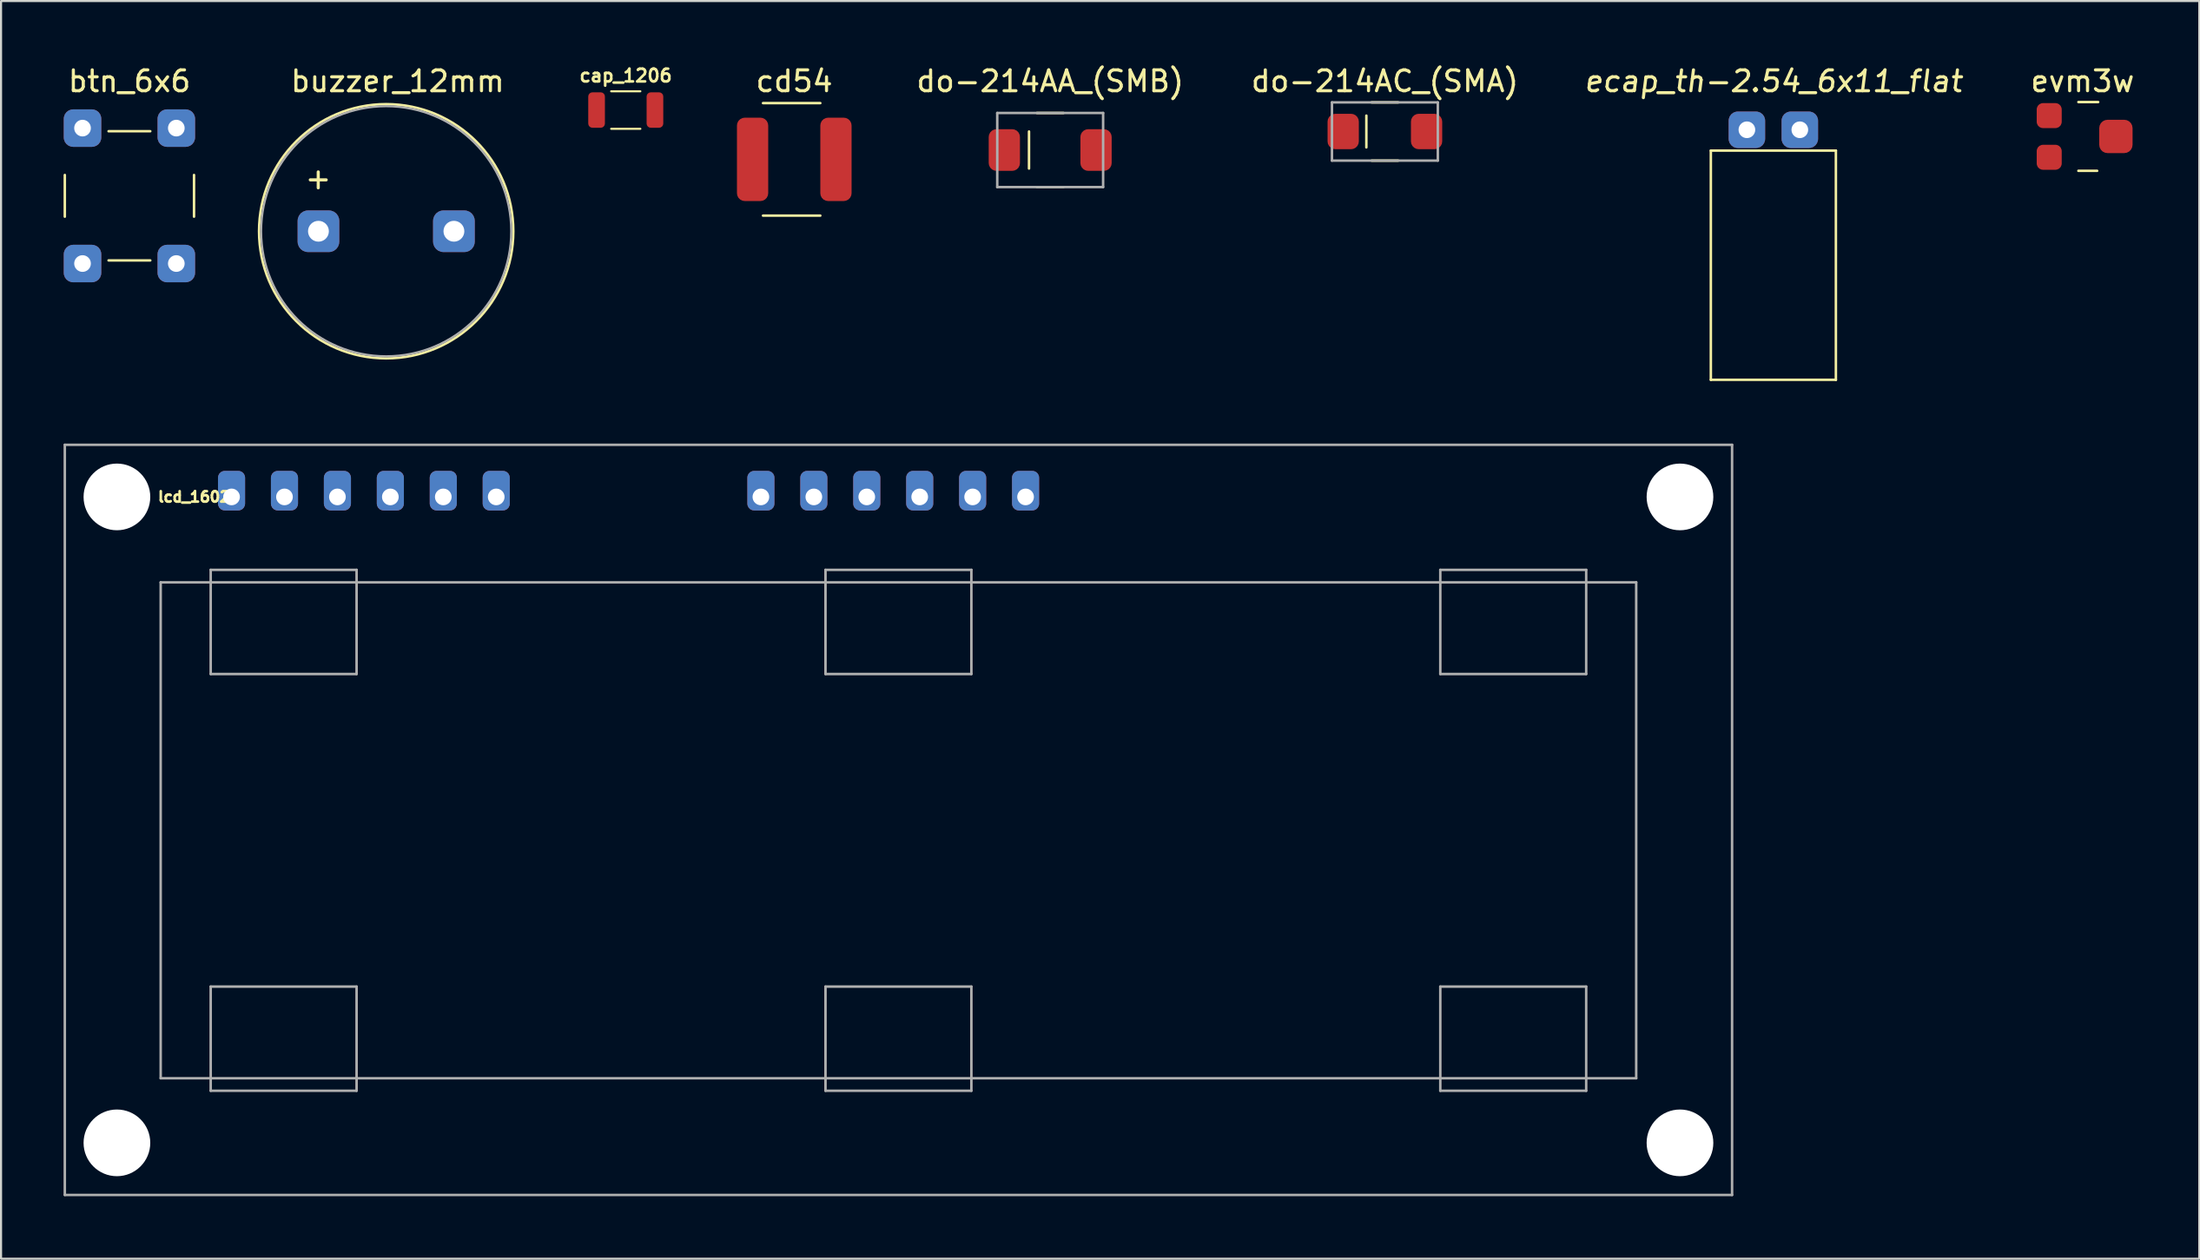
<source format=kicad_pcb>
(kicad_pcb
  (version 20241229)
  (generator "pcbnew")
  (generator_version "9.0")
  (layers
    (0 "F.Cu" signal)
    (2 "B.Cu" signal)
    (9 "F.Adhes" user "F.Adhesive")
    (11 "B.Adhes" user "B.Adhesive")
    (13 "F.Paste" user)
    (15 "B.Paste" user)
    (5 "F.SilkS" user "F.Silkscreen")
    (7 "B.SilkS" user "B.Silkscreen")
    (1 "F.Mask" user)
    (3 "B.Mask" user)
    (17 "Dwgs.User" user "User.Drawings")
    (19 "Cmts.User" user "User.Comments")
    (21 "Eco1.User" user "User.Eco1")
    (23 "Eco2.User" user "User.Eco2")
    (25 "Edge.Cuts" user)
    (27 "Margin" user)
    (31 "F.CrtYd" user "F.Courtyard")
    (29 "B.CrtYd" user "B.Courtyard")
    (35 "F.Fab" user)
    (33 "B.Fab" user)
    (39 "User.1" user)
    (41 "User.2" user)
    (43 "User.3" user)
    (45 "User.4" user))
  (footprint "cap_1206"
    (layer "F.Cu")
    (at 26.976 2.231)
    (property "Reference" "cap_1206" (at 0 -1.651 0) (layer "F.SilkS") (effects (font (size 0.61 0.61) (thickness 0.127))))
    (attr smd)
    (fp_line (start -0.7 -0.9) (end 0.7 -0.9) (stroke (width 0.1) (type solid)) (layer "F.SilkS"))
    (fp_line (start -0.7 0.9) (end 0.7 0.9) (stroke (width 0.1) (type solid)) (layer "F.SilkS"))
    (pad "1" smd roundrect (at -1.4 0) (size 0.8 1.7) (layers "F.Cu" "F.Mask" "F.Paste") (roundrect_rratio 0.25))
    (pad "2" smd roundrect (at 1.4 0) (size 0.8 1.7) (layers "F.Cu" "F.Mask" "F.Paste") (roundrect_rratio 0.25)))
  (footprint "btn_6x6"
    (layer "F.Cu")
    (at 3.16 6.348)
    (property "Reference" "btn_6x6" (at 0 -5.5 0) (layer "F.SilkS") (effects (font (size 1 1) (thickness 0.15))))
    (attr through_hole)
    (fp_line (start -3.1 -1) (end -3.1 1) (stroke (width 0.12) (type solid)) (layer "F.SilkS"))
    (fp_line (start -1 -3.1) (end 1 -3.1) (stroke (width 0.12) (type solid)) (layer "F.SilkS"))
    (fp_line (start -1 3.1) (end 1 3.1) (stroke (width 0.12) (type solid)) (layer "F.SilkS"))
    (fp_line (start 3.1 -1) (end 3.1 1) (stroke (width 0.12) (type solid)) (layer "F.SilkS"))
    (pad "1" thru_hole roundrect (at -2.25 -3.25) (size 1.8 1.8) (drill 0.8) (layers "*.Cu" "*.Mask") (roundrect_rratio 0.25))
    (pad "1" thru_hole roundrect (at -2.25 3.25) (size 1.8 1.8) (drill 0.8) (layers "*.Cu" "*.Mask") (roundrect_rratio 0.25))
    (pad "2" thru_hole roundrect (at 2.25 -3.25) (size 1.8 1.8) (drill 0.8) (layers "*.Cu" "*.Mask") (roundrect_rratio 0.25))
    (pad "2" thru_hole roundrect (at 2.25 3.25) (size 1.8 1.8) (drill 0.8) (layers "*.Cu" "*.Mask") (roundrect_rratio 0.25)))
  (footprint "buzzer_12mm"
    (layer "F.Cu")
    (at 12.23 8.048)
    (property "Reference" "buzzer_12mm" (at 3.8 -7.2 0) (layer "F.SilkS") (effects (font (size 1 1) (thickness 0.15))))
    (attr through_hole)
    (fp_circle (center 3.25 0) (end 9.35 0) (stroke (width 0.12) (type solid)) (fill no) (layer "F.SilkS"))
    (fp_circle (center 3.25 0) (end 9.25 0) (stroke (width 0.1) (type solid)) (fill no) (layer "F.Fab"))
    (fp_text user "+" (at -0.01 -2.54 0) (layer "F.SilkS") (effects (font (size 1 1) (thickness 0.15))))
    (pad "1" thru_hole roundrect (at 0 0) (size 2 2) (drill 1) (layers "*.Cu" "*.Mask") (roundrect_rratio 0.25))
    (pad "2" thru_hole roundrect (at 6.5 0) (size 2 2) (drill 1) (layers "*.Cu" "*.Mask") (roundrect_rratio 0.25)))
  (footprint "evm3w"
    (layer "F.Cu")
    (at 96.877 3.498)
    (property "Reference" "evm3w" (at 0 -2.65 0) (layer "F.SilkS") (effects (font (size 1 1) (thickness 0.15))))
    (attr through_hole)
    (fp_line (start 0.7 1.65) (end -0.2 1.65) (stroke (width 0.12) (type solid)) (layer "F.SilkS"))
    (fp_line (start 0.75 -1.65) (end -0.2 -1.65) (stroke (width 0.12) (type solid)) (layer "F.SilkS"))
    (pad "1" smd roundrect (at -1.6 -1 270) (size 1.2 1.2) (layers "F.Cu" "F.Mask" "F.Paste") (roundrect_rratio 0.25))
    (pad "2" smd roundrect (at 1.6 0 270) (size 1.6 1.6) (layers "F.Cu" "F.Mask" "F.Paste") (roundrect_rratio 0.25))
    (pad "3" smd roundrect (at -1.6 1 270) (size 1.2 1.2) (layers "F.Cu" "F.Mask" "F.Paste") (roundrect_rratio 0.25)))
  (footprint "cd54"
    (layer "F.Cu")
    (at 35.061 4.598)
    (property "Reference" "cd54" (at 0 -3.75 0) (layer "F.SilkS") (effects (font (size 1 1) (thickness 0.15))))
    (attr smd)
    (fp_line (start -1.5 -2.7) (end 1.25 -2.7) (stroke (width 0.12) (type solid)) (layer "F.SilkS"))
    (fp_line (start -1.5 2.7) (end 1.25 2.7) (stroke (width 0.12) (type solid)) (layer "F.SilkS"))
    (pad "1" smd roundrect (at -2 0) (size 1.5 4) (layers "F.Cu" "F.Mask" "F.Paste") (roundrect_rratio 0.25))
    (pad "2" smd roundrect (at 2 0) (size 1.5 4) (layers "F.Cu" "F.Mask" "F.Paste") (roundrect_rratio 0.25)))
  (footprint "ecap_th-2.54_6x11_flat"
    (layer "F.Cu")
    (at 80.741 3.178)
    (property "Reference" "ecap_th-2.54_6x11_flat" (at 1.3 -2.33 0) (layer "F.SilkS") (effects (font (size 1 1) (thickness 0.15) (italic yes))))
    (attr through_hole)
    (fp_line (start -1.7 1) (end 4.3 1) (stroke (width 0.12) (type solid)) (layer "F.SilkS"))
    (fp_line (start -1.7 12) (end -1.7 1) (stroke (width 0.12) (type solid)) (layer "F.SilkS"))
    (fp_line (start 4.3 1) (end 4.3 12) (stroke (width 0.12) (type solid)) (layer "F.SilkS"))
    (fp_line (start 4.3 12) (end -1.7 12) (stroke (width 0.12) (type solid)) (layer "F.SilkS"))
    (pad "1" thru_hole roundrect (at 0.03 0) (size 1.75 1.75) (drill 0.8) (layers "*.Cu" "*.Mask") (roundrect_rratio 0.25))
    (pad "2" thru_hole roundrect (at 2.57 0) (size 1.75 1.75) (drill 0.8) (layers "*.Cu" "*.Mask") (roundrect_rratio 0.25)))
  (footprint "do-214AC_(SMA)"
    (layer "F.Cu")
    (at 63.401 3.261)
    (property "Reference" "do-214AC_(SMA)" (at 0 -2.413 0) (layer "F.SilkS") (effects (font (size 1 1) (thickness 0.15))))
    (attr smd)
    (fp_line (start -0.889 -0.762) (end -0.889 0.762) (stroke (width 0.12) (type solid)) (layer "F.SilkS"))
    (fp_line (start -0.635 -1.397) (end 0.635 -1.397) (stroke (width 0.12) (type solid)) (layer "F.SilkS"))
    (fp_line (start -0.635 1.397) (end 0.635 1.397) (stroke (width 0.12) (type solid)) (layer "F.SilkS"))
    (fp_line (start -2.54 -1.397) (end 2.54 -1.397) (stroke (width 0.12) (type solid)) (layer "F.Fab"))
    (fp_line (start -2.54 1.397) (end -2.54 -1.397) (stroke (width 0.12) (type solid)) (layer "F.Fab"))
    (fp_line (start 2.54 -1.397) (end 2.54 1.397) (stroke (width 0.12) (type solid)) (layer "F.Fab"))
    (fp_line (start 2.54 1.397) (end -2.54 1.397) (stroke (width 0.12) (type solid)) (layer "F.Fab"))
    (pad "1" smd roundrect (at -2 0) (size 1.5 1.7) (layers "F.Cu" "F.Mask" "F.Paste") (roundrect_rratio 0.25))
    (pad "2" smd roundrect (at 2 0) (size 1.5 1.7) (layers "F.Cu" "F.Mask" "F.Paste") (roundrect_rratio 0.25)))
  (footprint "do-214AA_(SMB)"
    (layer "F.Cu")
    (at 47.341 4.15)
    (property "Reference" "do-214AA_(SMB)" (at 0 -3.302 0) (layer "F.SilkS") (effects (font (size 1 1) (thickness 0.15))))
    (attr smd)
    (fp_line (start -1.016 -0.889) (end -1.016 0.889) (stroke (width 0.12) (type solid)) (layer "F.SilkS"))
    (fp_line (start -0.635 -1.778) (end 0.635 -1.778) (stroke (width 0.12) (type solid)) (layer "F.SilkS"))
    (fp_line (start -0.635 1.778) (end 0.635 1.778) (stroke (width 0.12) (type solid)) (layer "F.SilkS"))
    (fp_line (start -2.54 -1.778) (end 2.54 -1.778) (stroke (width 0.12) (type solid)) (layer "F.Fab"))
    (fp_line (start -2.54 1.778) (end -2.54 -1.778) (stroke (width 0.12) (type solid)) (layer "F.Fab"))
    (fp_line (start 2.54 -1.778) (end 2.54 1.778) (stroke (width 0.12) (type solid)) (layer "F.Fab"))
    (fp_line (start 2.54 1.778) (end -2.54 1.778) (stroke (width 0.12) (type solid)) (layer "F.Fab"))
    (pad "1" smd roundrect (at -2.2 0) (size 1.5 2) (layers "F.Cu" "F.Mask" "F.Paste") (roundrect_rratio 0.25))
    (pad "2" smd roundrect (at 2.2 0) (size 1.5 2) (layers "F.Cu" "F.Mask" "F.Paste") (roundrect_rratio 0.25)))
  (footprint "lcd_1602"
    (layer "F.Cu")
    (at 8.06 20.798)
    (property "Reference" "lcd_1602" (at -1.8 0 0) (layer "F.SilkS") (effects (font (size 0.5 0.5) (thickness 0.125))))
    (property "Value" "${VALUE}" (at -1.8 0 0) (layer "F.SilkS") (hide yes) (effects (font (size 0.5 0.5) (thickness 0.125))))
    (attr through_hole)
    (fp_line (start -8 -2.5) (end 72 -2.5) (stroke (width 0.12) (type solid)) (layer "F.Fab"))
    (fp_line (start -8 33.5) (end -8 -2.5) (stroke (width 0.12) (type solid)) (layer "F.Fab"))
    (fp_line (start -3.4 4.1) (end 67.4 4.1) (stroke (width 0.12) (type solid)) (layer "F.Fab"))
    (fp_line (start -3.4 27.9) (end -3.4 4.1) (stroke (width 0.12) (type solid)) (layer "F.Fab"))
    (fp_line (start -1 3.5) (end 6 3.5) (stroke (width 0.12) (type solid)) (layer "F.Fab"))
    (fp_line (start -1 8.5) (end -1 3.5) (stroke (width 0.12) (type solid)) (layer "F.Fab"))
    (fp_line (start -1 23.5) (end 6 23.5) (stroke (width 0.12) (type solid)) (layer "F.Fab"))
    (fp_line (start -1 28.5) (end -1 23.5) (stroke (width 0.12) (type solid)) (layer "F.Fab"))
    (fp_line (start 6 3.5) (end 6 8.5) (stroke (width 0.12) (type solid)) (layer "F.Fab"))
    (fp_line (start 6 8.5) (end -1 8.5) (stroke (width 0.12) (type solid)) (layer "F.Fab"))
    (fp_line (start 6 23.5) (end 6 28.5) (stroke (width 0.12) (type solid)) (layer "F.Fab"))
    (fp_line (start 6 28.5) (end -1 28.5) (stroke (width 0.12) (type solid)) (layer "F.Fab"))
    (fp_line (start 28.5 3.5) (end 35.5 3.5) (stroke (width 0.12) (type solid)) (layer "F.Fab"))
    (fp_line (start 28.5 8.5) (end 28.5 3.5) (stroke (width 0.12) (type solid)) (layer "F.Fab"))
    (fp_line (start 28.5 23.5) (end 35.5 23.5) (stroke (width 0.12) (type solid)) (layer "F.Fab"))
    (fp_line (start 28.5 28.5) (end 28.5 23.5) (stroke (width 0.12) (type solid)) (layer "F.Fab"))
    (fp_line (start 35.5 3.5) (end 35.5 8.5) (stroke (width 0.12) (type solid)) (layer "F.Fab"))
    (fp_line (start 35.5 8.5) (end 28.5 8.5) (stroke (width 0.12) (type solid)) (layer "F.Fab"))
    (fp_line (start 35.5 23.5) (end 35.5 28.5) (stroke (width 0.12) (type solid)) (layer "F.Fab"))
    (fp_line (start 35.5 28.5) (end 28.5 28.5) (stroke (width 0.12) (type solid)) (layer "F.Fab"))
    (fp_line (start 58 3.5) (end 65 3.5) (stroke (width 0.12) (type solid)) (layer "F.Fab"))
    (fp_line (start 58 8.5) (end 58 3.5) (stroke (width 0.12) (type solid)) (layer "F.Fab"))
    (fp_line (start 58 23.5) (end 65 23.5) (stroke (width 0.12) (type solid)) (layer "F.Fab"))
    (fp_line (start 58 28.5) (end 58 23.5) (stroke (width 0.12) (type solid)) (layer "F.Fab"))
    (fp_line (start 65 3.5) (end 65 8.5) (stroke (width 0.12) (type solid)) (layer "F.Fab"))
    (fp_line (start 65 8.5) (end 58 8.5) (stroke (width 0.12) (type solid)) (layer "F.Fab"))
    (fp_line (start 65 23.5) (end 65 28.5) (stroke (width 0.12) (type solid)) (layer "F.Fab"))
    (fp_line (start 65 28.5) (end 58 28.5) (stroke (width 0.12) (type solid)) (layer "F.Fab"))
    (fp_line (start 67.4 4.1) (end 67.4 27.9) (stroke (width 0.12) (type solid)) (layer "F.Fab"))
    (fp_line (start 67.4 27.9) (end -3.4 27.9) (stroke (width 0.12) (type solid)) (layer "F.Fab"))
    (fp_line (start 72 -2.5) (end 72 33.5) (stroke (width 0.12) (type solid)) (layer "F.Fab"))
    (fp_line (start 72 33.5) (end -8 33.5) (stroke (width 0.12) (type solid)) (layer "F.Fab"))
    (pad "" np_thru_hole circle (at -5.5 0) (size 3.2 3.2) (drill 3.2) (layers "*.Cu" "*.Mask"))
    (pad "" np_thru_hole circle (at -5.5 31) (size 3.2 3.2) (drill 3.2) (layers "*.Cu" "*.Mask"))
    (pad "" np_thru_hole circle (at 69.5 0) (size 3.2 3.2) (drill 3.2) (layers "*.Cu" "*.Mask"))
    (pad "" np_thru_hole circle (at 69.5 31) (size 3.2 3.2) (drill 3.2) (layers "*.Cu" "*.Mask"))
    (pad "1" thru_hole roundrect (at 0 0 180) (size 1.3 1.9) (drill 0.8 (offset 0 0.3)) (layers "*.Cu" "*.Mask") (roundrect_rratio 0.25))
    (pad "2" thru_hole roundrect (at 2.54 0 180) (size 1.3 1.9) (drill 0.8 (offset 0 0.3)) (layers "*.Cu" "*.Mask") (roundrect_rratio 0.25))
    (pad "3" thru_hole roundrect (at 5.08 0 180) (size 1.3 1.9) (drill 0.8 (offset 0 0.3)) (layers "*.Cu" "*.Mask") (roundrect_rratio 0.25))
    (pad "4" thru_hole roundrect (at 7.62 0 180) (size 1.3 1.9) (drill 0.8 (offset 0 0.3)) (layers "*.Cu" "*.Mask") (roundrect_rratio 0.25))
    (pad "5" thru_hole roundrect (at 10.16 0 180) (size 1.3 1.9) (drill 0.8 (offset 0 0.3)) (layers "*.Cu" "*.Mask") (roundrect_rratio 0.25))
    (pad "6" thru_hole roundrect (at 12.7 0 180) (size 1.3 1.9) (drill 0.8 (offset 0 0.3)) (layers "*.Cu" "*.Mask") (roundrect_rratio 0.25))
    (pad "11" thru_hole roundrect (at 25.4 0 180) (size 1.3 1.9) (drill 0.8 (offset 0 0.3)) (layers "*.Cu" "*.Mask") (roundrect_rratio 0.25))
    (pad "12" thru_hole roundrect (at 27.94 0 180) (size 1.3 1.9) (drill 0.8 (offset 0 0.3)) (layers "*.Cu" "*.Mask") (roundrect_rratio 0.25))
    (pad "13" thru_hole roundrect (at 30.48 0 180) (size 1.3 1.9) (drill 0.8 (offset 0 0.3)) (layers "*.Cu" "*.Mask") (roundrect_rratio 0.25))
    (pad "14" thru_hole roundrect (at 33.02 0 180) (size 1.3 1.9) (drill 0.8 (offset 0 0.3)) (layers "*.Cu" "*.Mask") (roundrect_rratio 0.25))
    (pad "15" thru_hole roundrect (at 35.56 0 180) (size 1.3 1.9) (drill 0.8 (offset 0 0.3)) (layers "*.Cu" "*.Mask") (roundrect_rratio 0.25))
    (pad "16" thru_hole roundrect (at 38.1 0 180) (size 1.3 1.9) (drill 0.8 (offset 0 0.3)) (layers "*.Cu" "*.Mask") (roundrect_rratio 0.25)))
  (gr_rect
    (start -3 -3)
    (end 102.478 57.358)
    (stroke (width 0.1) (type default))
    (fill no)
    (layer "Edge.Cuts")))
</source>
